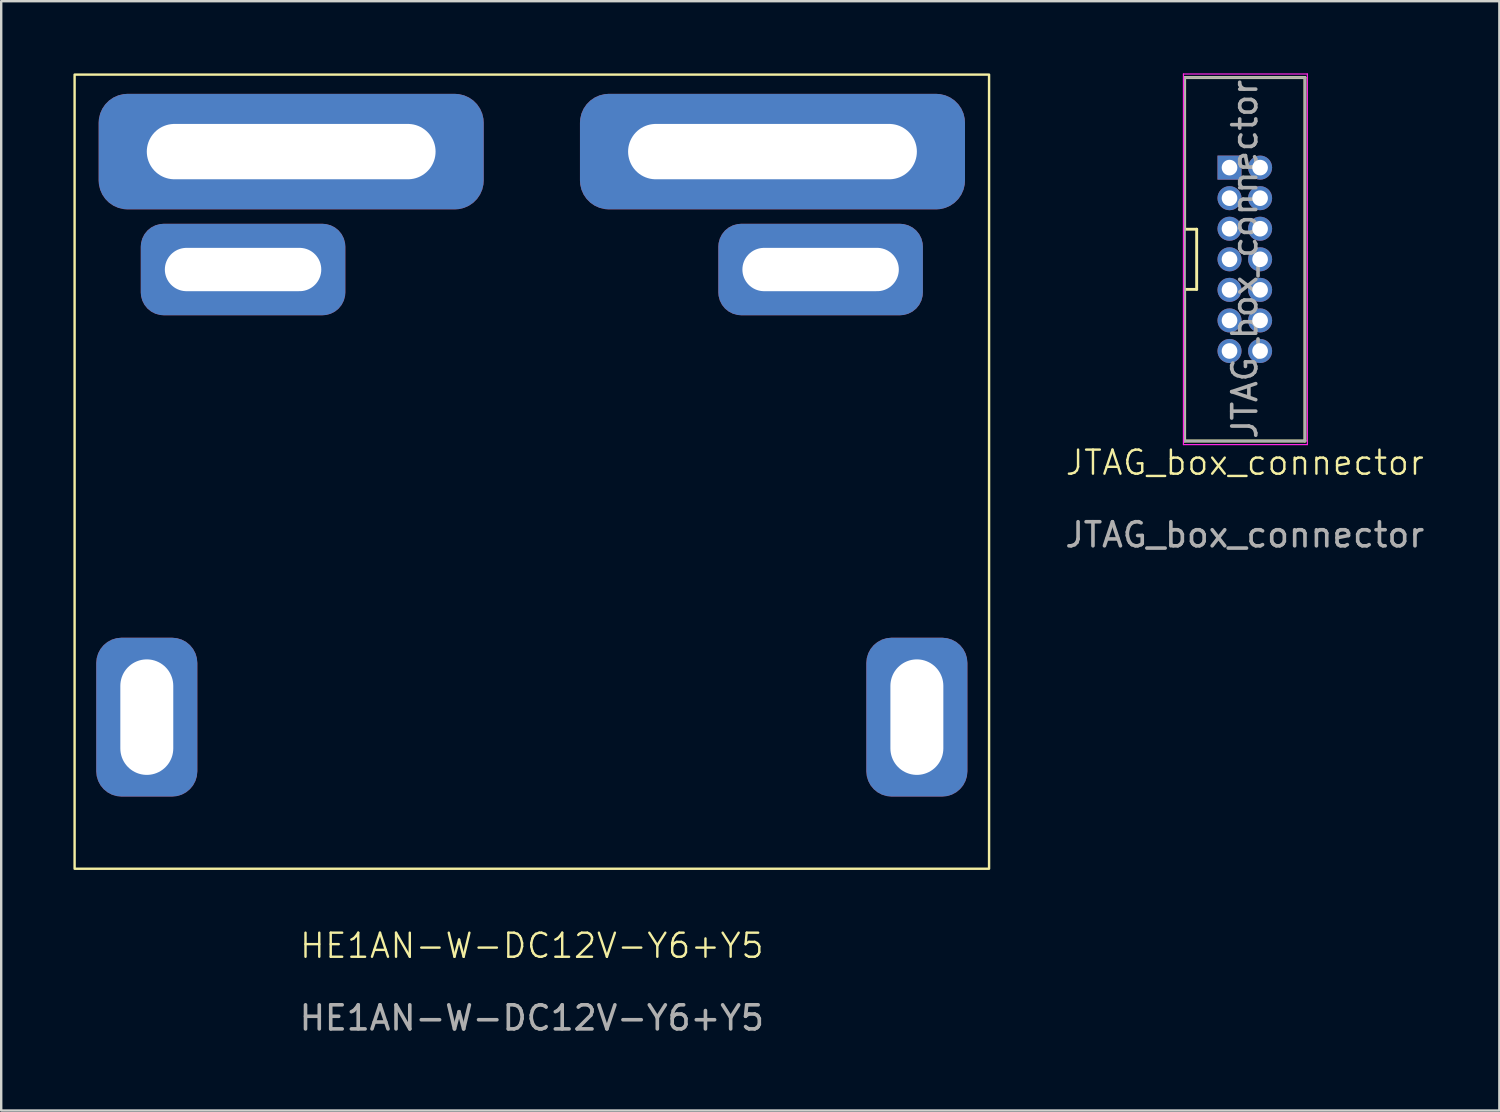
<source format=kicad_pcb>
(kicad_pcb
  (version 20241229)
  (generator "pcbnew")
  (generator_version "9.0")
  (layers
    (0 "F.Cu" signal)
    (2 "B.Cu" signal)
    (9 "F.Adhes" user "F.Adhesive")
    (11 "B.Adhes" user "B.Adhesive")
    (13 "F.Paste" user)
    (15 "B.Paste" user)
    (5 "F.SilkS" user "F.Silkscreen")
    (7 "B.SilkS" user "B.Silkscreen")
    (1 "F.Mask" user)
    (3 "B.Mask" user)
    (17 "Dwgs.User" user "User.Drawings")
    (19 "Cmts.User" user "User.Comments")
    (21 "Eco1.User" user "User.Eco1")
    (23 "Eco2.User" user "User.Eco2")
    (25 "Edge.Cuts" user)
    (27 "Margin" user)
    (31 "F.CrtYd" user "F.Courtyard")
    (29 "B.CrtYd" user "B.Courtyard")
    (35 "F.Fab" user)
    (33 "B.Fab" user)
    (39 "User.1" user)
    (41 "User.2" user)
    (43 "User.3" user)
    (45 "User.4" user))
  (footprint "HE1AN-W-DC12V-Y6+Y5"
    (layer "F.Cu")
    (at 19.05 36.75)
    (property "Reference" "HE1AN-W-DC12V-Y6+Y5" (at 0 -0.5 0) (unlocked yes) (layer "F.SilkS") (effects (font (size 1 1) (thickness 0.1))))
    (attr through_hole)
    (fp_rect (start -19 -36.7) (end 19 -3.7) (stroke (width 0.1) (type default)) (fill no) (layer "F.SilkS"))
    (fp_text user "${REFERENCE}" (at 0 2.5 0) (unlocked yes) (layer "F.Fab") (effects (font (size 1 1) (thickness 0.15))))
    (pad "1" thru_hole roundrect (at -12 -28.6 90) (size 3.8 8.5) (drill oval 1.8 6.5) (layers "*.Cu" "*.Mask") (roundrect_rratio 0.25))
    (pad "1" thru_hole roundrect (at -10 -33.5) (size 16 4.8) (drill oval 12 2.3) (layers "*.Cu" "*.Mask") (roundrect_rratio 0.25))
    (pad "2" thru_hole roundrect (at 10 -33.5) (size 16 4.8) (drill oval 12 2.3) (layers "*.Cu" "*.Mask") (roundrect_rratio 0.25))
    (pad "2" thru_hole roundrect (at 12 -28.6 90) (size 3.8 8.5) (drill oval 1.8 6.5) (layers "*.Cu" "*.Mask") (roundrect_rratio 0.25))
    (pad "3" thru_hole roundrect (at 16 -10) (size 4.2 6.6) (drill oval 2.2 4.8) (layers "*.Cu" "*.Mask") (roundrect_rratio 0.25))
    (pad "4" thru_hole roundrect (at -16 -10) (size 4.2 6.6) (drill oval 2.2 4.8) (layers "*.Cu" "*.Mask") (roundrect_rratio 0.25)))
  (footprint "JTAG_box_connector"
    (layer "F.Cu")
    (at 48.677 16.675)
    (property "Reference" "JTAG_box_connector" (at 0 -0.5 0) (unlocked yes) (layer "F.SilkS") (effects (font (size 1 1) (thickness 0.1))))
    (attr through_hole)
    (fp_line (start -2.5 -16.5) (end -2.5 -10.2) (stroke (width 0.12) (type solid)) (layer "F.SilkS"))
    (fp_line (start -2.5 -16.5) (end 2.5 -16.5) (stroke (width 0.12) (type solid)) (layer "F.SilkS"))
    (fp_line (start -2.5 -10.2) (end -2 -10.2) (stroke (width 0.12) (type default)) (layer "F.SilkS"))
    (fp_line (start -2.5 -7.7) (end -2.5 -1.4) (stroke (width 0.12) (type solid)) (layer "F.SilkS"))
    (fp_line (start -2.5 -1.4) (end 2.5 -1.4) (stroke (width 0.12) (type solid)) (layer "F.SilkS"))
    (fp_line (start -2 -10.2) (end -2 -7.7) (stroke (width 0.12) (type default)) (layer "F.SilkS"))
    (fp_line (start -2 -7.7) (end -2.5 -7.7) (stroke (width 0.12) (type default)) (layer "F.SilkS"))
    (fp_line (start 2.5 -16.5) (end 2.5 -1.4) (stroke (width 0.12) (type solid)) (layer "F.SilkS"))
    (fp_line (start -2.55 -16.65) (end -2.55 -1.25) (stroke (width 0.05) (type solid)) (layer "F.CrtYd"))
    (fp_line (start -2.55 -1.25) (end 2.6 -1.25) (stroke (width 0.05) (type solid)) (layer "F.CrtYd"))
    (fp_line (start 2.6 -16.65) (end -2.55 -16.65) (stroke (width 0.05) (type solid)) (layer "F.CrtYd"))
    (fp_line (start 2.6 -1.25) (end 2.6 -16.65) (stroke (width 0.05) (type solid)) (layer "F.CrtYd"))
    (fp_line (start -2.5 -16.5) (end 2.5 -16.5) (stroke (width 0.1) (type solid)) (layer "F.Fab"))
    (fp_line (start -2.5 -1.4) (end -2.5 -16.5) (stroke (width 0.1) (type solid)) (layer "F.Fab"))
    (fp_line (start 2.5 -16.5) (end 2.5 -1.4) (stroke (width 0.1) (type solid)) (layer "F.Fab"))
    (fp_line (start 2.5 -1.4) (end -2.5 -1.4) (stroke (width 0.1) (type solid)) (layer "F.Fab"))
    (fp_text user "${REFERENCE}" (at 0 -8.95 90) (layer "F.Fab") (effects (font (size 1 1) (thickness 0.15))))
    (fp_text user "${REFERENCE}" (at 0 2.5 0) (unlocked yes) (layer "F.Fab") (effects (font (size 1 1) (thickness 0.15))))
    (pad "1" thru_hole rect (at -0.635 -12.76) (size 1 1) (drill 0.65) (layers "*.Cu" "*.Mask"))
    (pad "2" thru_hole oval (at 0.635 -12.76) (size 1 1) (drill 0.65) (layers "*.Cu" "*.Mask"))
    (pad "3" thru_hole oval (at -0.635 -11.49) (size 1 1) (drill 0.65) (layers "*.Cu" "*.Mask"))
    (pad "4" thru_hole oval (at 0.635 -11.49) (size 1 1) (drill 0.65) (layers "*.Cu" "*.Mask"))
    (pad "5" thru_hole oval (at -0.635 -10.22) (size 1 1) (drill 0.65) (layers "*.Cu" "*.Mask"))
    (pad "6" thru_hole oval (at 0.635 -10.22) (size 1 1) (drill 0.65) (layers "*.Cu" "*.Mask"))
    (pad "7" thru_hole oval (at -0.635 -8.95) (size 1 1) (drill 0.65) (layers "*.Cu" "*.Mask"))
    (pad "8" thru_hole oval (at 0.635 -8.95) (size 1 1) (drill 0.65) (layers "*.Cu" "*.Mask"))
    (pad "9" thru_hole oval (at -0.635 -7.68) (size 1 1) (drill 0.65) (layers "*.Cu" "*.Mask"))
    (pad "10" thru_hole oval (at 0.635 -7.68) (size 1 1) (drill 0.65) (layers "*.Cu" "*.Mask"))
    (pad "11" thru_hole oval (at -0.635 -6.41) (size 1 1) (drill 0.65) (layers "*.Cu" "*.Mask"))
    (pad "12" thru_hole oval (at 0.635 -6.41) (size 1 1) (drill 0.65) (layers "*.Cu" "*.Mask"))
    (pad "13" thru_hole oval (at -0.635 -5.14) (size 1 1) (drill 0.65) (layers "*.Cu" "*.Mask"))
    (pad "14" thru_hole oval (at 0.635 -5.14) (size 1 1) (drill 0.65) (layers "*.Cu" "*.Mask")))
  (gr_rect
    (start -3 -3)
    (end 59.255 43.098)
    (stroke (width 0.1) (type default))
    (fill no)
    (layer "Edge.Cuts")))
</source>
